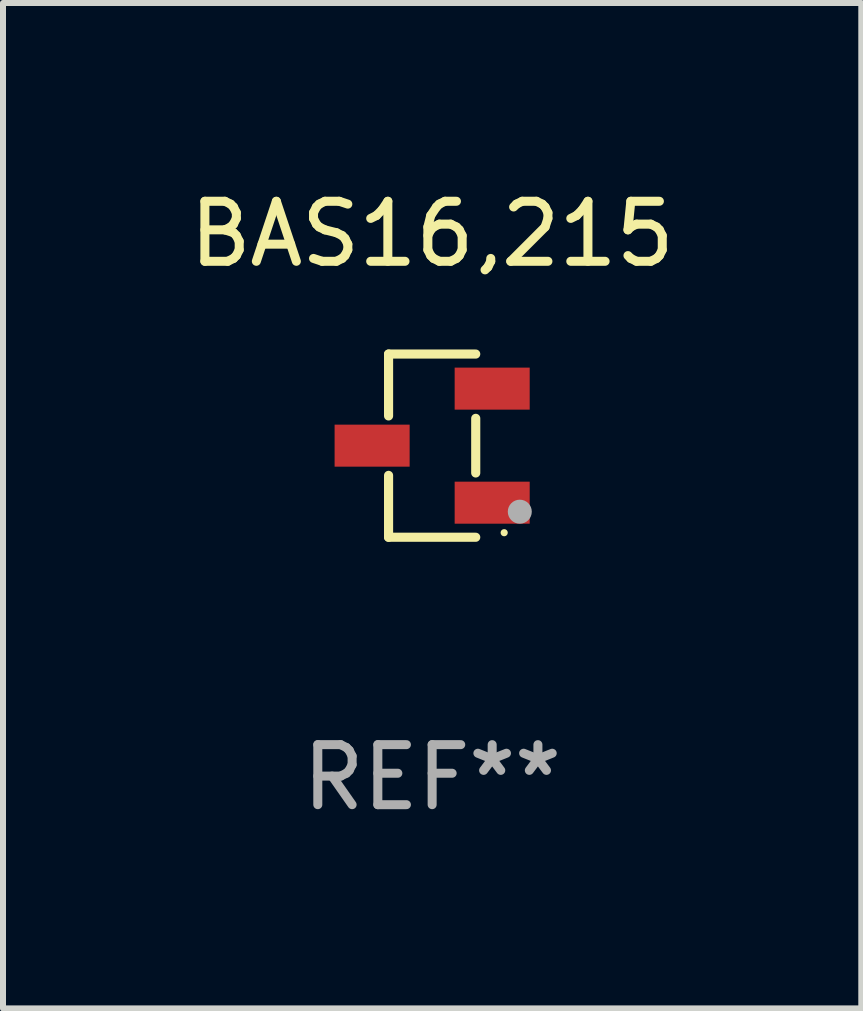
<source format=kicad_pcb>
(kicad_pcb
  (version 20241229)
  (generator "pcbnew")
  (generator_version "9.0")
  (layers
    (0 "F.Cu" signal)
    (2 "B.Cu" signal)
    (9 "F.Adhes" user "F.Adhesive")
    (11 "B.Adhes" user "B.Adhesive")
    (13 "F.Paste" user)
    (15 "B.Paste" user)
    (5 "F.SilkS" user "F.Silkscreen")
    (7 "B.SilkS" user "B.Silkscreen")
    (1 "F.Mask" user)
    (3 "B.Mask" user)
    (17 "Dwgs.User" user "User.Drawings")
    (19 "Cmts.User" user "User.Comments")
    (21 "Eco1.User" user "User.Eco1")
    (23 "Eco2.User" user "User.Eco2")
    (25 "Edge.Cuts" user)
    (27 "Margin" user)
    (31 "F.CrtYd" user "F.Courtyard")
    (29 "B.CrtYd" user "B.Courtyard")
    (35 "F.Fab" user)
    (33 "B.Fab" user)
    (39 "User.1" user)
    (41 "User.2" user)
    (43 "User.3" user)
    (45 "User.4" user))
  (footprint "BAS16,215"
    (layer "F.Cu")
    (at 4.149 4.374)
    (property "Reference" "BAS16,215" (at 0 -3.526 0) (layer "F.SilkS") (effects (font (size 1 1) (thickness 0.15))))
    (attr through_hole)
    (fp_line (start -0.726 -1.526) (end -0.726 -0.495) (stroke (width 0.152) (type solid)) (layer "F.SilkS"))
    (fp_line (start -0.726 1.526) (end -0.726 0.495) (stroke (width 0.152) (type solid)) (layer "F.SilkS"))
    (fp_line (start 0.726 -1.526) (end -0.726 -1.526) (stroke (width 0.152) (type solid)) (layer "F.SilkS"))
    (fp_line (start 0.726 -0.455) (end 0.726 0.455) (stroke (width 0.152) (type solid)) (layer "F.SilkS"))
    (fp_line (start 0.726 1.526) (end -0.726 1.526) (stroke (width 0.152) (type solid)) (layer "F.SilkS"))
    (fp_circle (center 1.2 1.45) (end 1.23 1.45) (stroke (width 0.06) (type solid)) (fill no) (layer "F.SilkS"))
    (fp_circle (center 1.46 1.1) (end 1.56 1.1) (stroke (width 0.2) (type solid)) (fill no) (layer "F.Fab"))
    (fp_text user "REF**" (at 0 5.526 0) (layer "F.Fab") (effects (font (size 1 1) (thickness 0.15))))
    (pad "1" smd rect (at 1 0.95) (size 1.25 0.7) (layers "F.Cu" "F.Mask" "F.Paste"))
    (pad "2" smd rect (at 1 -0.95) (size 1.25 0.7) (layers "F.Cu" "F.Mask" "F.Paste"))
    (pad "3" smd rect (at -1 0) (size 1.25 0.7) (layers "F.Cu" "F.Mask" "F.Paste")))
  (gr_rect
    (start -3 -3)
    (end 11.298 13.749)
    (stroke (width 0.1) (type default))
    (fill no)
    (layer "Edge.Cuts")))
</source>
